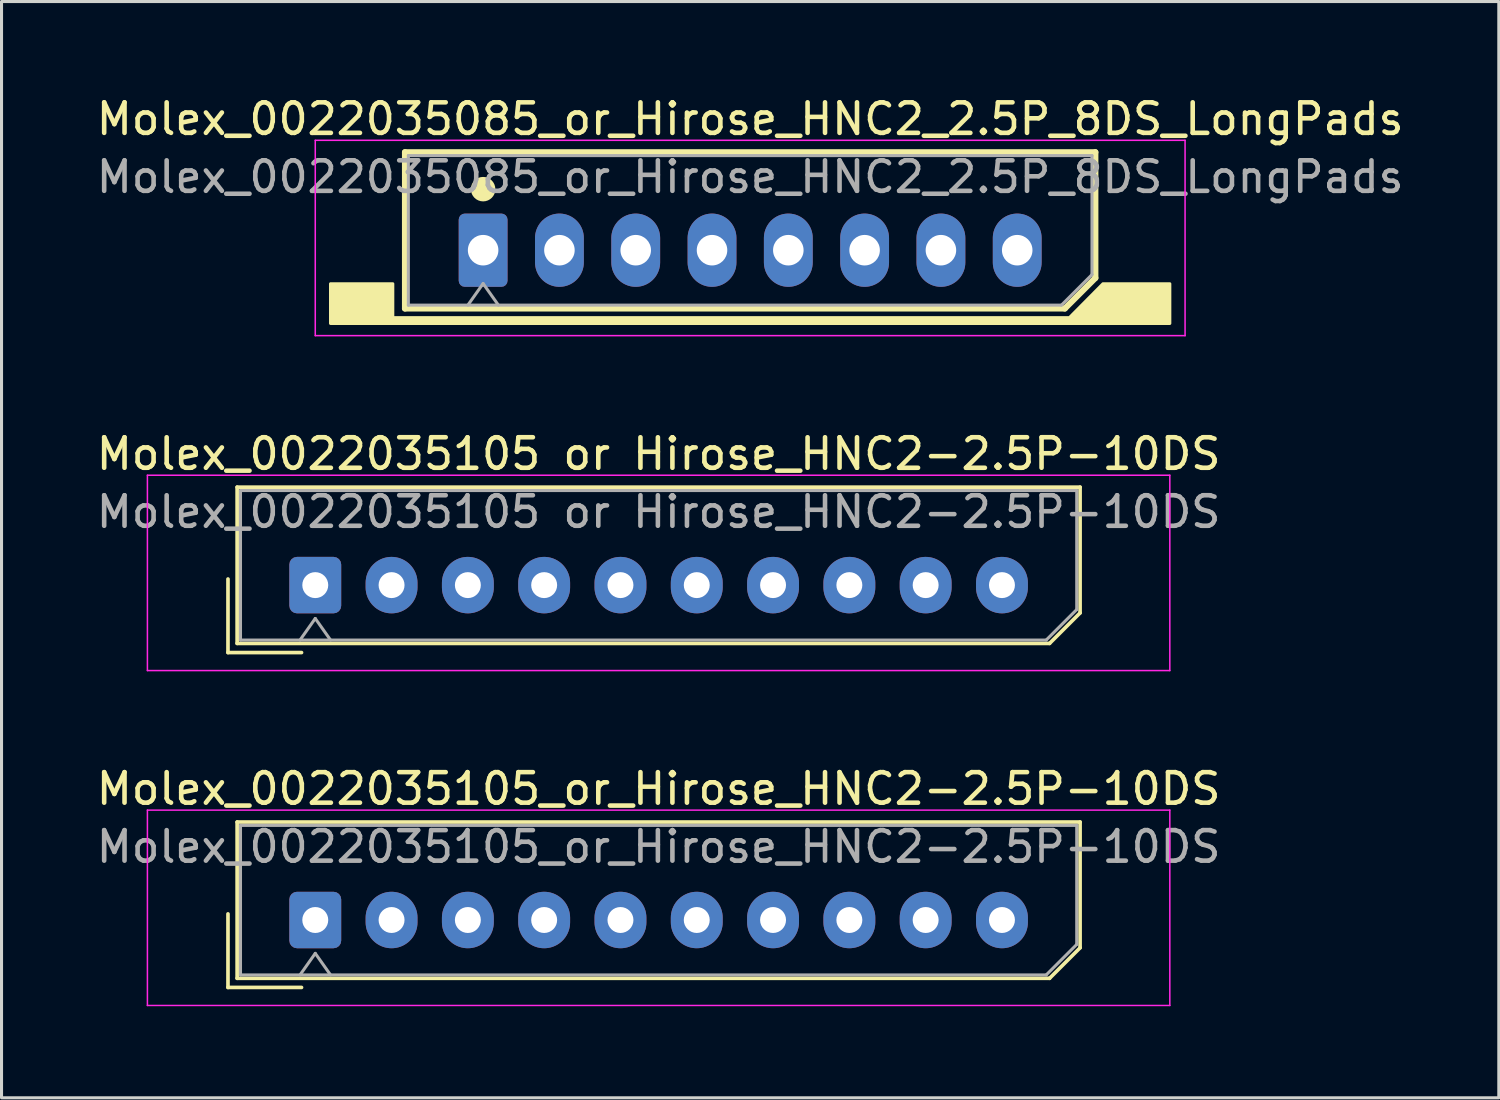
<source format=kicad_pcb>
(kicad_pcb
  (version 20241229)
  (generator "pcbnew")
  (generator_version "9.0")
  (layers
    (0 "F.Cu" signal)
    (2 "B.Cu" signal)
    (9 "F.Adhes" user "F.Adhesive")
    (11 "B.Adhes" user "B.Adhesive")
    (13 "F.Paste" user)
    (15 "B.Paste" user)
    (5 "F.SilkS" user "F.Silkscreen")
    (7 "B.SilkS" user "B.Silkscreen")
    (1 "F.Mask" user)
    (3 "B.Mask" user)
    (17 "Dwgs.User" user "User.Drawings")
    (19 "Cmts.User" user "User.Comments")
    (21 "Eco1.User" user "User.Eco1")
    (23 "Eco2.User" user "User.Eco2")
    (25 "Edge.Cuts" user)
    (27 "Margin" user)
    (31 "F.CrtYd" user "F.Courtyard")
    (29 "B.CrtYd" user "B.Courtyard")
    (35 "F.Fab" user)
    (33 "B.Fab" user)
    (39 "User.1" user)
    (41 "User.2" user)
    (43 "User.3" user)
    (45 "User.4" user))
  (footprint "Molex_0022035105_or_Hirose_HNC2-2.5P-10DS"
    (layer "F.Cu")
    (at 7.28 27.095)
    (property "Reference" "Molex_0022035105_or_Hirose_HNC2-2.5P-10DS" (at 11.25 -4.3 0) (layer "F.SilkS") (effects (font (size 1 1) (thickness 0.15))))
    (attr through_hole)
    (fp_line (start -2.86 -0.2) (end -2.86 2.21) (stroke (width 0.12) (type solid)) (layer "F.SilkS"))
    (fp_line (start -2.86 2.21) (end -0.45 2.21) (stroke (width 0.12) (type solid)) (layer "F.SilkS"))
    (fp_line (start -2.56 -3.21) (end -2.56 1.91) (stroke (width 0.12) (type solid)) (layer "F.SilkS"))
    (fp_line (start -2.56 1.91) (end 24.06 1.91) (stroke (width 0.12) (type solid)) (layer "F.SilkS"))
    (fp_line (start 24.06 1.91) (end 25.06 0.91) (stroke (width 0.12) (type solid)) (layer "F.SilkS"))
    (fp_line (start 25.06 -3.21) (end -2.56 -3.21) (stroke (width 0.12) (type solid)) (layer "F.SilkS"))
    (fp_line (start 25.06 0.91) (end 25.06 -3.21) (stroke (width 0.12) (type solid)) (layer "F.SilkS"))
    (fp_line (start -5.5 -3.6) (end -5.5 2.8) (stroke (width 0.05) (type solid)) (layer "F.CrtYd"))
    (fp_line (start -5.5 2.8) (end 28 2.8) (stroke (width 0.05) (type solid)) (layer "F.CrtYd"))
    (fp_line (start 28 -3.6) (end -5.5 -3.6) (stroke (width 0.05) (type solid)) (layer "F.CrtYd"))
    (fp_line (start 28 2.8) (end 28 -3.6) (stroke (width 0.05) (type solid)) (layer "F.CrtYd"))
    (fp_line (start -2.45 -3.1) (end -2.45 1.8) (stroke (width 0.1) (type solid)) (layer "F.Fab"))
    (fp_line (start -2.45 1.8) (end 23.95 1.8) (stroke (width 0.1) (type solid)) (layer "F.Fab"))
    (fp_line (start -0.5 1.8) (end 0 1.093) (stroke (width 0.1) (type solid)) (layer "F.Fab"))
    (fp_line (start 0 1.093) (end 0.5 1.8) (stroke (width 0.1) (type solid)) (layer "F.Fab"))
    (fp_line (start 23.95 1.8) (end 24.95 0.8) (stroke (width 0.1) (type solid)) (layer "F.Fab"))
    (fp_line (start 24.95 -3.1) (end -2.45 -3.1) (stroke (width 0.1) (type solid)) (layer "F.Fab"))
    (fp_line (start 24.95 0.8) (end 24.95 -3.1) (stroke (width 0.1) (type solid)) (layer "F.Fab"))
    (fp_text user "${REFERENCE}" (at 11.25 -2.4 0) (layer "F.Fab") (effects (font (size 1 1) (thickness 0.15))))
    (pad "1" thru_hole roundrect (at 0 0) (size 1.7 1.85) (drill 0.85) (layers "*.Cu" "*.Mask") (roundrect_rratio 0.147))
    (pad "2" thru_hole oval (at 2.5 0) (size 1.7 1.85) (drill 0.85) (layers "*.Cu" "*.Mask"))
    (pad "3" thru_hole oval (at 5 0) (size 1.7 1.85) (drill 0.85) (layers "*.Cu" "*.Mask"))
    (pad "4" thru_hole oval (at 7.5 0) (size 1.7 1.85) (drill 0.85) (layers "*.Cu" "*.Mask"))
    (pad "5" thru_hole oval (at 10 0) (size 1.7 1.85) (drill 0.85) (layers "*.Cu" "*.Mask"))
    (pad "6" thru_hole oval (at 12.5 0) (size 1.7 1.85) (drill 0.85) (layers "*.Cu" "*.Mask"))
    (pad "7" thru_hole oval (at 15 0) (size 1.7 1.85) (drill 0.85) (layers "*.Cu" "*.Mask"))
    (pad "8" thru_hole oval (at 17.5 0) (size 1.7 1.85) (drill 0.85) (layers "*.Cu" "*.Mask"))
    (pad "9" thru_hole oval (at 20 0) (size 1.7 1.85) (drill 0.85) (layers "*.Cu" "*.Mask"))
    (pad "10" thru_hole oval (at 22.5 0) (size 1.7 1.85) (drill 0.85) (layers "*.Cu" "*.Mask")))
  (footprint "Molex_0022035105 or Hirose_HNC2-2.5P-10DS"
    (layer "F.Cu")
    (at 7.28 16.122)
    (property "Reference" "Molex_0022035105 or Hirose_HNC2-2.5P-10DS" (at 11.25 -4.3 0) (layer "F.SilkS") (effects (font (size 1 1) (thickness 0.15))))
    (attr through_hole)
    (fp_line (start -2.86 -0.2) (end -2.86 2.21) (stroke (width 0.12) (type solid)) (layer "F.SilkS"))
    (fp_line (start -2.86 2.21) (end -0.45 2.21) (stroke (width 0.12) (type solid)) (layer "F.SilkS"))
    (fp_line (start -2.56 -3.21) (end -2.56 1.91) (stroke (width 0.12) (type solid)) (layer "F.SilkS"))
    (fp_line (start -2.56 1.91) (end 24.06 1.91) (stroke (width 0.12) (type solid)) (layer "F.SilkS"))
    (fp_line (start 24.06 1.91) (end 25.06 0.91) (stroke (width 0.12) (type solid)) (layer "F.SilkS"))
    (fp_line (start 25.06 -3.21) (end -2.56 -3.21) (stroke (width 0.12) (type solid)) (layer "F.SilkS"))
    (fp_line (start 25.06 0.91) (end 25.06 -3.21) (stroke (width 0.12) (type solid)) (layer "F.SilkS"))
    (fp_line (start -5.5 -3.6) (end -5.5 2.8) (stroke (width 0.05) (type solid)) (layer "F.CrtYd"))
    (fp_line (start -5.5 2.8) (end 28 2.8) (stroke (width 0.05) (type solid)) (layer "F.CrtYd"))
    (fp_line (start 28 -3.6) (end -5.5 -3.6) (stroke (width 0.05) (type solid)) (layer "F.CrtYd"))
    (fp_line (start 28 2.8) (end 28 -3.6) (stroke (width 0.05) (type solid)) (layer "F.CrtYd"))
    (fp_line (start -2.45 -3.1) (end -2.45 1.8) (stroke (width 0.1) (type solid)) (layer "F.Fab"))
    (fp_line (start -2.45 1.8) (end 23.95 1.8) (stroke (width 0.1) (type solid)) (layer "F.Fab"))
    (fp_line (start -0.5 1.8) (end 0 1.093) (stroke (width 0.1) (type solid)) (layer "F.Fab"))
    (fp_line (start 0 1.093) (end 0.5 1.8) (stroke (width 0.1) (type solid)) (layer "F.Fab"))
    (fp_line (start 23.95 1.8) (end 24.95 0.8) (stroke (width 0.1) (type solid)) (layer "F.Fab"))
    (fp_line (start 24.95 -3.1) (end -2.45 -3.1) (stroke (width 0.1) (type solid)) (layer "F.Fab"))
    (fp_line (start 24.95 0.8) (end 24.95 -3.1) (stroke (width 0.1) (type solid)) (layer "F.Fab"))
    (fp_text user "${REFERENCE}" (at 11.25 -2.4 0) (layer "F.Fab") (effects (font (size 1 1) (thickness 0.15))))
    (pad "1" thru_hole roundrect (at 0 0) (size 1.7 1.85) (drill 0.85) (layers "*.Cu" "*.Mask") (roundrect_rratio 0.147))
    (pad "2" thru_hole oval (at 2.5 0) (size 1.7 1.85) (drill 0.85) (layers "*.Cu" "*.Mask"))
    (pad "3" thru_hole oval (at 5 0) (size 1.7 1.85) (drill 0.85) (layers "*.Cu" "*.Mask"))
    (pad "4" thru_hole oval (at 7.5 0) (size 1.7 1.85) (drill 0.85) (layers "*.Cu" "*.Mask"))
    (pad "5" thru_hole oval (at 10 0) (size 1.7 1.85) (drill 0.85) (layers "*.Cu" "*.Mask"))
    (pad "6" thru_hole oval (at 12.5 0) (size 1.7 1.85) (drill 0.85) (layers "*.Cu" "*.Mask"))
    (pad "7" thru_hole oval (at 15 0) (size 1.7 1.85) (drill 0.85) (layers "*.Cu" "*.Mask"))
    (pad "8" thru_hole oval (at 17.5 0) (size 1.7 1.85) (drill 0.85) (layers "*.Cu" "*.Mask"))
    (pad "9" thru_hole oval (at 20 0) (size 1.7 1.85) (drill 0.85) (layers "*.Cu" "*.Mask"))
    (pad "10" thru_hole oval (at 22.5 0) (size 1.7 1.85) (drill 0.85) (layers "*.Cu" "*.Mask")))
  (footprint "Molex_0022035085_or_Hirose_HNC2_2.5P_8DS_LongPads"
    (layer "F.Cu")
    (at 12.78 5.148)
    (property "Reference" "Molex_0022035085_or_Hirose_HNC2_2.5P_8DS_LongPads" (at 8.75 -4.3 0) (layer "F.SilkS") (effects (font (size 1 1) (thickness 0.15))))
    (attr through_hole)
    (fp_line (start -2.56 -3.21) (end -2.56 1.91) (stroke (width 0.2) (type solid)) (layer "F.SilkS"))
    (fp_line (start -2.56 1.91) (end 19.06 1.91) (stroke (width 0.2) (type solid)) (layer "F.SilkS"))
    (fp_line (start 19.06 1.91) (end 20.06 0.91) (stroke (width 0.2) (type solid)) (layer "F.SilkS"))
    (fp_line (start 20.06 -3.21) (end -2.56 -3.21) (stroke (width 0.2) (type solid)) (layer "F.SilkS"))
    (fp_line (start 20.06 0.91) (end 20.06 -3.21) (stroke (width 0.2) (type solid)) (layer "F.SilkS"))
    (fp_circle (center 0 -2) (end 0.001 -2) (stroke (width 0.4) (type solid)) (fill no) (layer "F.SilkS"))
    (fp_poly (pts (xy 22.5 1.1) (xy 20.31 1.1) (xy 19.21 2.21) (xy -2.96 2.21) (xy -2.96 1.1) (xy -5 1.1) (xy -5 2.4) (xy 22.5 2.4)) (stroke (width 0.1) (type solid)) (fill yes) (layer "F.SilkS"))
    (fp_line (start -5.5 -3.6) (end -5.5 2.8) (stroke (width 0.05) (type solid)) (layer "F.CrtYd"))
    (fp_line (start -5.5 2.8) (end 23 2.8) (stroke (width 0.05) (type solid)) (layer "F.CrtYd"))
    (fp_line (start 23 -3.6) (end -5.5 -3.6) (stroke (width 0.05) (type solid)) (layer "F.CrtYd"))
    (fp_line (start 23 2.8) (end 23 -3.6) (stroke (width 0.05) (type solid)) (layer "F.CrtYd"))
    (fp_line (start -2.45 -3.1) (end -2.45 1.8) (stroke (width 0.1) (type solid)) (layer "F.Fab"))
    (fp_line (start -2.45 1.8) (end 18.95 1.8) (stroke (width 0.1) (type solid)) (layer "F.Fab"))
    (fp_line (start -0.5 1.8) (end 0 1.093) (stroke (width 0.1) (type solid)) (layer "F.Fab"))
    (fp_line (start 0 1.093) (end 0.5 1.8) (stroke (width 0.1) (type solid)) (layer "F.Fab"))
    (fp_line (start 18.95 1.8) (end 19.95 0.8) (stroke (width 0.1) (type solid)) (layer "F.Fab"))
    (fp_line (start 19.95 -3.1) (end -2.45 -3.1) (stroke (width 0.1) (type solid)) (layer "F.Fab"))
    (fp_line (start 19.95 0.8) (end 19.95 -3.1) (stroke (width 0.1) (type solid)) (layer "F.Fab"))
    (fp_text user "${REFERENCE}" (at 8.75 -2.4 0) (layer "F.Fab") (effects (font (size 1 1) (thickness 0.15))))
    (pad "1" thru_hole roundrect (at 0 0) (size 1.6 2.4) (drill 1) (layers "*.Cu" "*.Mask") (roundrect_rratio 0.125))
    (pad "2" thru_hole oval (at 2.5 0) (size 1.6 2.4) (drill 1) (layers "*.Cu" "*.Mask"))
    (pad "3" thru_hole oval (at 5 0) (size 1.6 2.4) (drill 1) (layers "*.Cu" "*.Mask"))
    (pad "4" thru_hole oval (at 7.5 0) (size 1.6 2.4) (drill 1) (layers "*.Cu" "*.Mask"))
    (pad "5" thru_hole oval (at 10 0) (size 1.6 2.4) (drill 1) (layers "*.Cu" "*.Mask"))
    (pad "6" thru_hole oval (at 12.5 0) (size 1.6 2.4) (drill 1) (layers "*.Cu" "*.Mask"))
    (pad "7" thru_hole oval (at 15 0) (size 1.6 2.4) (drill 1) (layers "*.Cu" "*.Mask"))
    (pad "8" thru_hole oval (at 17.5 0) (size 1.6 2.4) (drill 1) (layers "*.Cu" "*.Mask")))
  (gr_rect
    (start -3 -3)
    (end 46.06 32.92)
    (stroke (width 0.1) (type default))
    (fill no)
    (layer "Edge.Cuts")))
</source>
